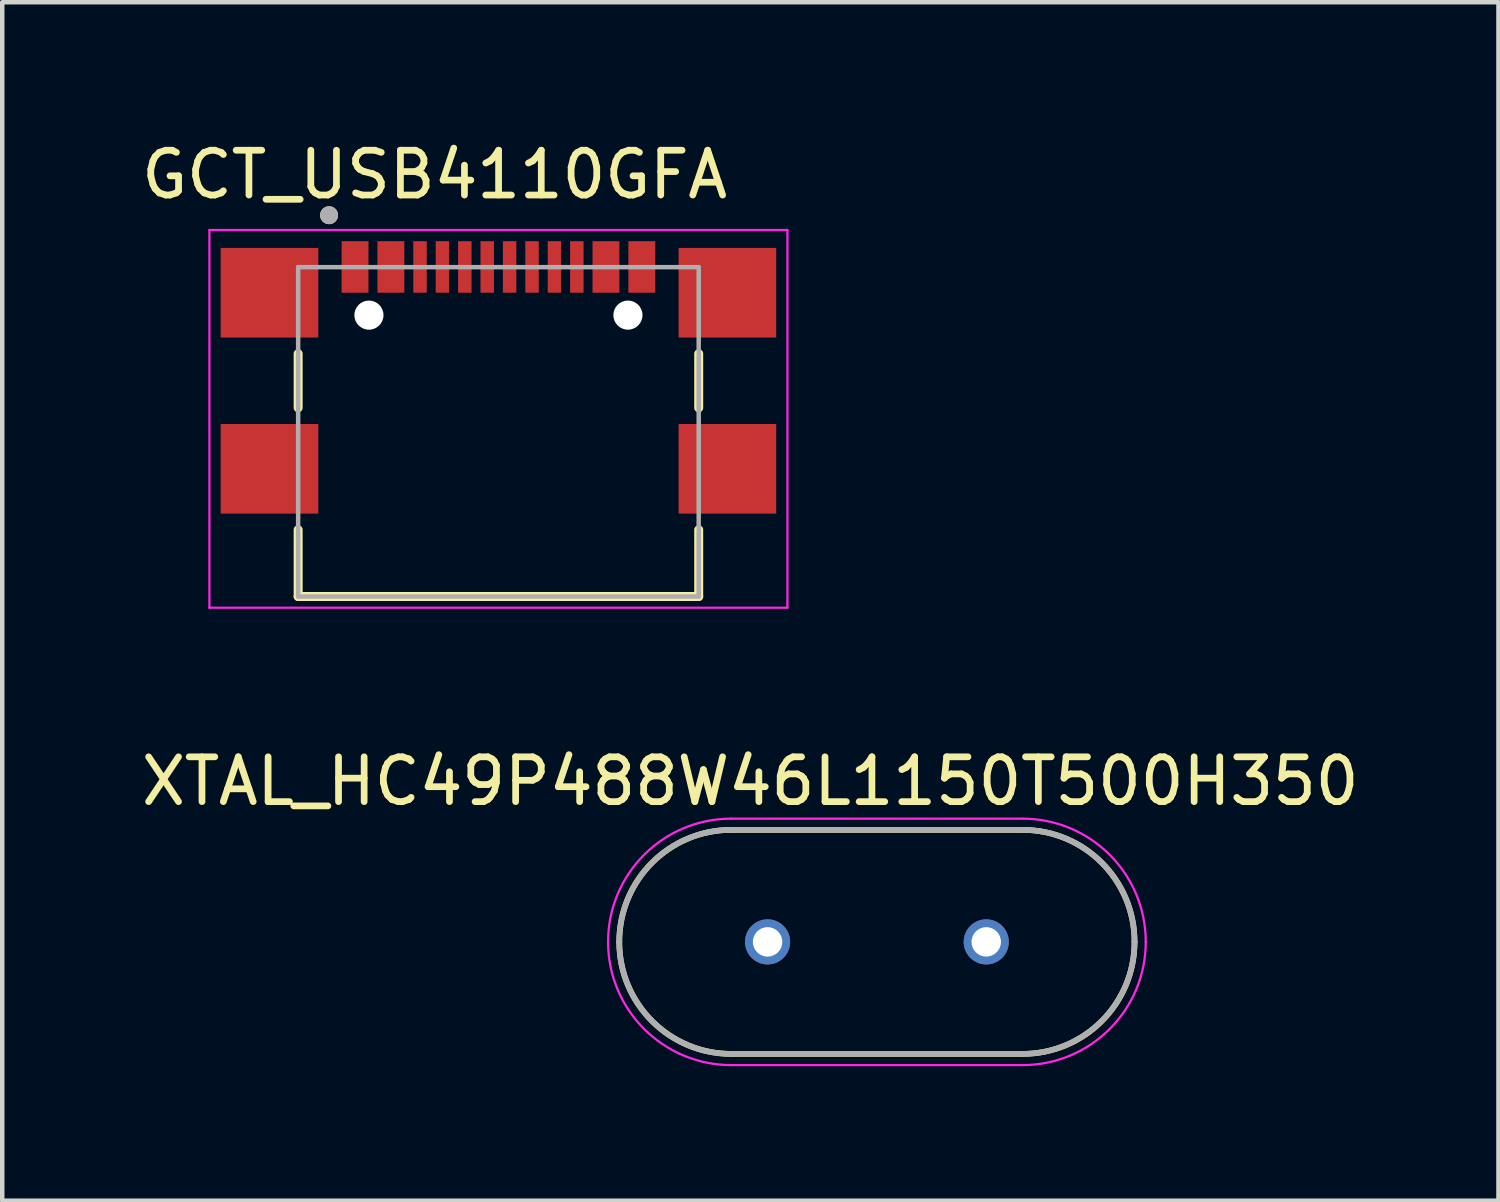
<source format=kicad_pcb>
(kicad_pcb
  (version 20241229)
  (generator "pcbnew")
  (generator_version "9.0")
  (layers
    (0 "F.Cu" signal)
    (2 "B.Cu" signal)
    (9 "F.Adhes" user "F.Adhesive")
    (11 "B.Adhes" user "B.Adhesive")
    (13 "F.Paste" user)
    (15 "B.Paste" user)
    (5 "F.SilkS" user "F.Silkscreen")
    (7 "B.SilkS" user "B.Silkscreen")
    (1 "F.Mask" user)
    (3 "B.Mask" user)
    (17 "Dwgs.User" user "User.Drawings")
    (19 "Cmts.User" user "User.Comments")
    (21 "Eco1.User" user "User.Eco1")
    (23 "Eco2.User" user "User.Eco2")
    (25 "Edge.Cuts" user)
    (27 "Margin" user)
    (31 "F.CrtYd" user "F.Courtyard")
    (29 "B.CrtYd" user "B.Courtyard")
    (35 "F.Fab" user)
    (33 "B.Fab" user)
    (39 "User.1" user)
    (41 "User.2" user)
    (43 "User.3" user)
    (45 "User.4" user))
  (footprint "GCT_USB4110GFA"
    (layer "F.Cu")
    (at 8.074 3.983)
    (property "Reference" "GCT_USB4110GFA" (at -1.425 -3.135 0) (layer "F.SilkS") (effects (font (size 1 1) (thickness 0.15))))
    (attr smd)
    (fp_line (start -4.47 0.86) (end -4.47 2.07) (stroke (width 0.2) (type solid)) (layer "F.SilkS"))
    (fp_line (start -4.47 4.79) (end -4.47 6.28) (stroke (width 0.2) (type solid)) (layer "F.SilkS"))
    (fp_line (start -4.47 6.28) (end 4.47 6.28) (stroke (width 0.2) (type solid)) (layer "F.SilkS"))
    (fp_line (start 4.47 0.86) (end 4.47 2.07) (stroke (width 0.2) (type solid)) (layer "F.SilkS"))
    (fp_line (start 4.47 6.28) (end 4.47 4.79) (stroke (width 0.2) (type solid)) (layer "F.SilkS"))
    (fp_circle (center -3.78 -2.23) (end -3.68 -2.23) (stroke (width 0.2) (type solid)) (fill no) (layer "F.SilkS"))
    (fp_line (start -6.45 -1.9) (end 6.45 -1.9) (stroke (width 0.05) (type solid)) (layer "F.CrtYd"))
    (fp_line (start -6.45 6.53) (end -6.45 -1.9) (stroke (width 0.05) (type solid)) (layer "F.CrtYd"))
    (fp_line (start 6.45 -1.9) (end 6.45 6.53) (stroke (width 0.05) (type solid)) (layer "F.CrtYd"))
    (fp_line (start 6.45 6.53) (end -6.45 6.53) (stroke (width 0.05) (type solid)) (layer "F.CrtYd"))
    (fp_line (start -4.47 -1.07) (end -4.47 6.28) (stroke (width 0.1) (type solid)) (layer "F.Fab"))
    (fp_line (start -4.47 6.28) (end 4.47 6.28) (stroke (width 0.1) (type solid)) (layer "F.Fab"))
    (fp_line (start 4.47 -1.07) (end -4.47 -1.07) (stroke (width 0.1) (type solid)) (layer "F.Fab"))
    (fp_line (start 4.47 6.28) (end 4.47 -1.07) (stroke (width 0.1) (type solid)) (layer "F.Fab"))
    (fp_circle (center -3.78 -2.23) (end -3.68 -2.23) (stroke (width 0.2) (type solid)) (fill no) (layer "F.Fab"))
    (pad "" np_thru_hole circle (at -2.89 0) (size 0.65 0.65) (drill 0.65) (layers "*.Cu" "*.Mask"))
    (pad "" np_thru_hole circle (at 2.89 0) (size 0.65 0.65) (drill 0.65) (layers "*.Cu" "*.Mask"))
    (pad "A1/B12" smd rect (at -3.2 -1.075) (size 0.6 1.15) (layers "F.Cu" "F.Mask" "F.Paste"))
    (pad "A4/B9" smd rect (at -2.4 -1.075) (size 0.6 1.15) (layers "F.Cu" "F.Mask" "F.Paste"))
    (pad "A5" smd rect (at -1.25 -1.075) (size 0.3 1.15) (layers "F.Cu" "F.Mask" "F.Paste"))
    (pad "A6" smd rect (at -0.25 -1.075) (size 0.3 1.15) (layers "F.Cu" "F.Mask" "F.Paste"))
    (pad "A7" smd rect (at 0.25 -1.075) (size 0.3 1.15) (layers "F.Cu" "F.Mask" "F.Paste"))
    (pad "A8" smd rect (at 1.25 -1.075) (size 0.3 1.15) (layers "F.Cu" "F.Mask" "F.Paste"))
    (pad "B1/A12" smd rect (at 3.2 -1.075) (size 0.6 1.15) (layers "F.Cu" "F.Mask" "F.Paste"))
    (pad "B4/A9" smd rect (at 2.4 -1.075) (size 0.6 1.15) (layers "F.Cu" "F.Mask" "F.Paste"))
    (pad "B5" smd rect (at 1.75 -1.075) (size 0.3 1.15) (layers "F.Cu" "F.Mask" "F.Paste"))
    (pad "B6" smd rect (at 0.75 -1.075) (size 0.3 1.15) (layers "F.Cu" "F.Mask" "F.Paste"))
    (pad "B7" smd rect (at -0.75 -1.075) (size 0.3 1.15) (layers "F.Cu" "F.Mask" "F.Paste"))
    (pad "B8" smd rect (at -1.75 -1.075) (size 0.3 1.15) (layers "F.Cu" "F.Mask" "F.Paste"))
    (pad "S1" smd rect (at -5.11 -0.5) (size 2.18 2) (layers "F.Cu" "F.Mask" "F.Paste"))
    (pad "S2" smd rect (at 5.11 -0.5) (size 2.18 2) (layers "F.Cu" "F.Mask" "F.Paste"))
    (pad "S3" smd rect (at -5.11 3.43) (size 2.18 2) (layers "F.Cu" "F.Mask" "F.Paste"))
    (pad "S4" smd rect (at 5.11 3.43) (size 2.18 2) (layers "F.Cu" "F.Mask" "F.Paste")))
  (footprint "XTAL_HC49P488W46L1150T500H350"
    (layer "F.Cu")
    (at 16.521 17.971)
    (property "Reference" "XTAL_HC49P488W46L1150T500H350" (at -2.825 -3.585 0) (layer "F.SilkS") (effects (font (size 1 1) (thickness 0.15))))
    (attr through_hole)
    (fp_line (start -3.25 -2.5) (end 3.25 -2.5) (stroke (width 0.127) (type solid)) (layer "F.SilkS"))
    (fp_line (start -3.25 2.5) (end 3.25 2.5) (stroke (width 0.127) (type solid)) (layer "F.SilkS"))
    (fp_arc (start -5.75 0) (mid -5.017767 -1.767767) (end -3.25 -2.5) (stroke (width 0.127) (type solid)) (layer "F.SilkS"))
    (fp_arc (start -3.25 2.5) (mid -5.017767 1.767767) (end -5.75 0) (stroke (width 0.127) (type solid)) (layer "F.SilkS"))
    (fp_arc (start 3.25 -2.5) (mid 5.017767 -1.767767) (end 5.75 0) (stroke (width 0.127) (type solid)) (layer "F.SilkS"))
    (fp_arc (start 5.75 0) (mid 5.017767 1.767767) (end 3.25 2.5) (stroke (width 0.127) (type solid)) (layer "F.SilkS"))
    (fp_line (start -3.25 -2.75) (end 3.25 -2.75) (stroke (width 0.05) (type solid)) (layer "F.CrtYd"))
    (fp_line (start -3.25 2.75) (end 3.25 2.75) (stroke (width 0.05) (type solid)) (layer "F.CrtYd"))
    (fp_arc (start -6 0) (mid -5.194544 -1.944544) (end -3.25 -2.75) (stroke (width 0.05) (type solid)) (layer "F.CrtYd"))
    (fp_arc (start -3.25 2.75) (mid -5.194544 1.944544) (end -6 0) (stroke (width 0.05) (type solid)) (layer "F.CrtYd"))
    (fp_arc (start 3.25 -2.75) (mid 5.194544 -1.944544) (end 6 0) (stroke (width 0.05) (type solid)) (layer "F.CrtYd"))
    (fp_arc (start 6 0) (mid 5.194544 1.944544) (end 3.25 2.75) (stroke (width 0.05) (type solid)) (layer "F.CrtYd"))
    (fp_line (start -3.25 -2.5) (end 3.25 -2.5) (stroke (width 0.127) (type solid)) (layer "F.Fab"))
    (fp_line (start -3.25 2.5) (end 3.25 2.5) (stroke (width 0.127) (type solid)) (layer "F.Fab"))
    (fp_arc (start -5.75 0) (mid -5.017767 -1.767767) (end -3.25 -2.5) (stroke (width 0.127) (type solid)) (layer "F.Fab"))
    (fp_arc (start -3.25 2.5) (mid -5.017767 1.767767) (end -5.75 0) (stroke (width 0.127) (type solid)) (layer "F.Fab"))
    (fp_arc (start 3.25 -2.5) (mid 5.017767 -1.767767) (end 5.75 0) (stroke (width 0.127) (type solid)) (layer "F.Fab"))
    (fp_arc (start 5.75 0) (mid 5.017767 1.767767) (end 3.25 2.5) (stroke (width 0.127) (type solid)) (layer "F.Fab"))
    (pad "1" thru_hole circle (at -2.44 0) (size 1.007 1.007) (drill 0.657) (layers "*.Cu" "*.Mask"))
    (pad "2" thru_hole circle (at 2.44 0) (size 1.007 1.007) (drill 0.657) (layers "*.Cu" "*.Mask")))
  (gr_rect
    (start -3 -3)
    (end 30.393 23.747)
    (stroke (width 0.1) (type default))
    (fill no)
    (layer "Edge.Cuts")))
</source>
